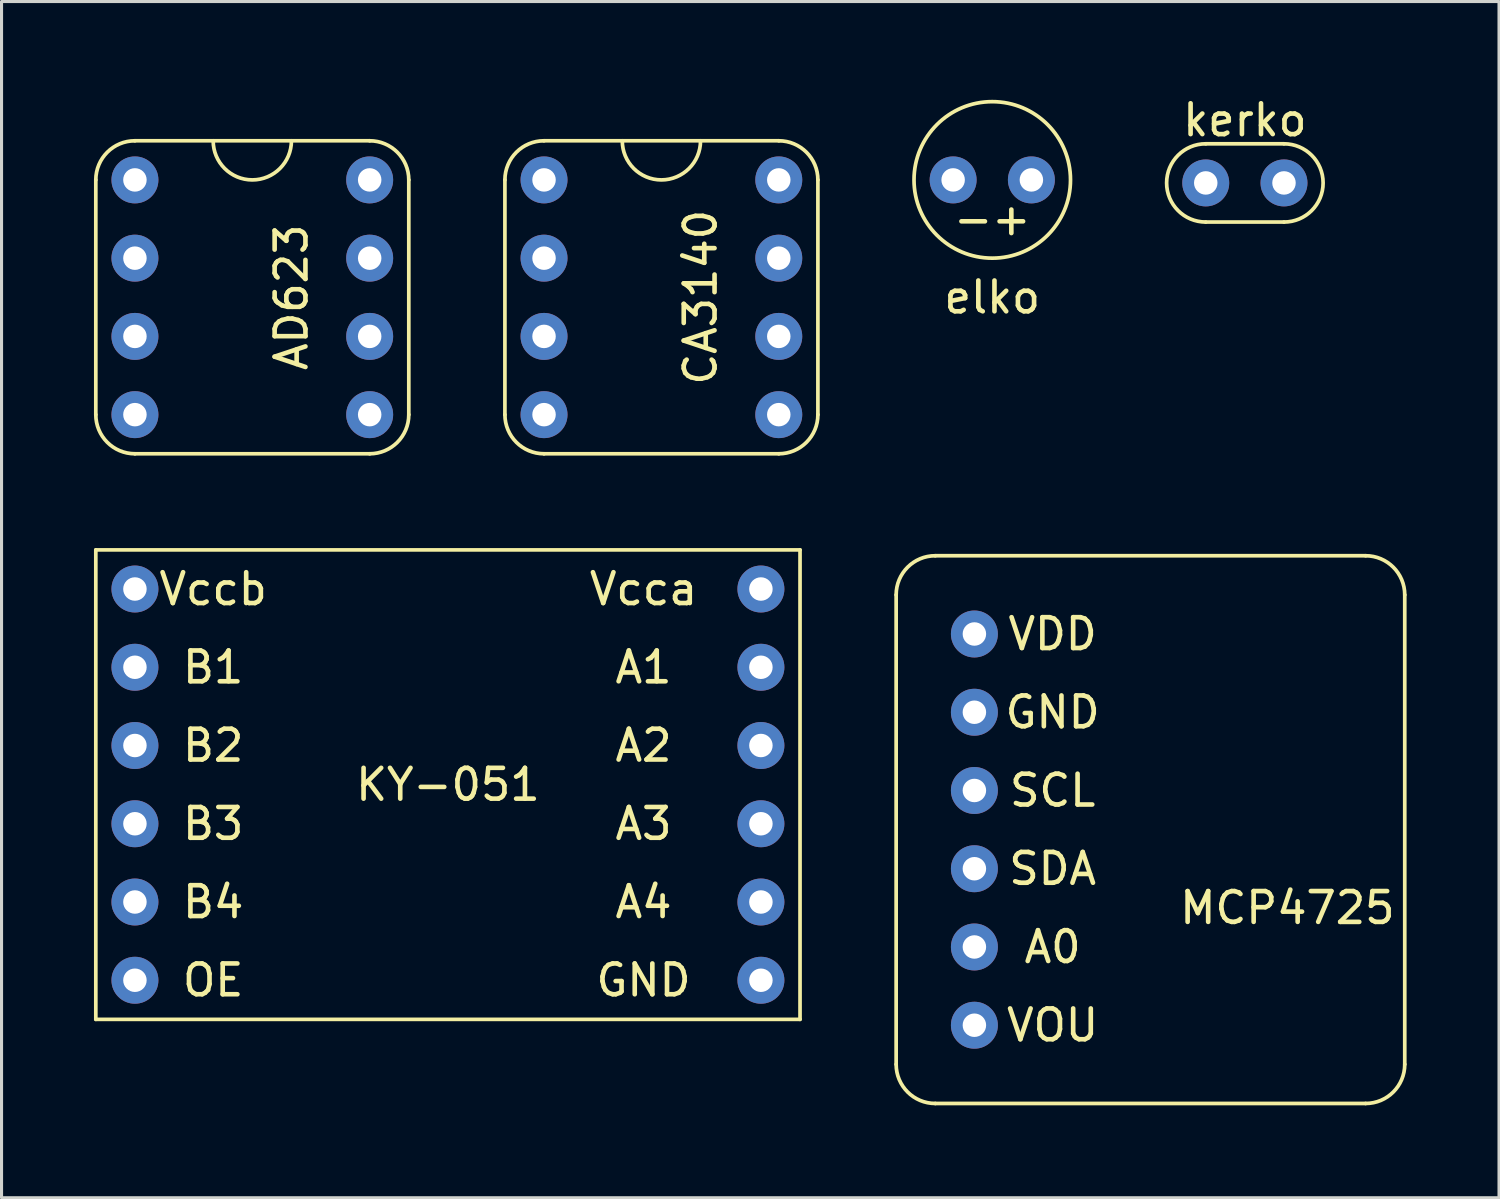
<source format=kicad_pcb>
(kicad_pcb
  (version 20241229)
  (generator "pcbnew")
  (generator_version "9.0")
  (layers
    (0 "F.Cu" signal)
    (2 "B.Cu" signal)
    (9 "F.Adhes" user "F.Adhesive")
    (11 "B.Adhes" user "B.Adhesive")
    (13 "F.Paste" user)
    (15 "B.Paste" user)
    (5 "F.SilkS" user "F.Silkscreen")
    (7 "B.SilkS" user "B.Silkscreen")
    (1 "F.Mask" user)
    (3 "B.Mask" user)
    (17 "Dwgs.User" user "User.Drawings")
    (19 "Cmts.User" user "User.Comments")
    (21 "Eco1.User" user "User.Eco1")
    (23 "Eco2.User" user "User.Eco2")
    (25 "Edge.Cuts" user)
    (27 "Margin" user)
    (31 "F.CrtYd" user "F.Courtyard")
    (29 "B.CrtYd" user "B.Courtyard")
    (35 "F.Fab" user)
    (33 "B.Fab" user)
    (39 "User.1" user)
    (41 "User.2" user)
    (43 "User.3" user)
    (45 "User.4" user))
  (footprint "CA3140"
    (layer "F.Cu")
    (at 18.42 0.25)
    (property "Reference" "CA3140" (at 1.27 6.35 270) (layer "F.SilkS") (effects (font (size 1 1) (thickness 0.15))))
    (attr through_hole)
    (fp_line (start -5.08 2.54) (end -5.08 10.16) (stroke (width 0.12) (type solid)) (layer "F.SilkS"))
    (fp_line (start -3.81 11.43) (end 3.81 11.43) (stroke (width 0.12) (type solid)) (layer "F.SilkS"))
    (fp_line (start 3.81 1.27) (end -3.81 1.27) (stroke (width 0.12) (type solid)) (layer "F.SilkS"))
    (fp_line (start 5.08 10.16) (end 5.08 2.54) (stroke (width 0.12) (type solid)) (layer "F.SilkS"))
    (fp_arc (start -5.08 2.54) (mid -4.708026 1.641974) (end -3.81 1.27) (stroke (width 0.12) (type solid)) (layer "F.SilkS"))
    (fp_arc (start -3.81 11.43) (mid -4.708026 11.058026) (end -5.08 10.16) (stroke (width 0.12) (type solid)) (layer "F.SilkS"))
    (fp_arc (start 1.27 1.27) (mid 0 2.54) (end -1.27 1.27) (stroke (width 0.12) (type solid)) (layer "F.SilkS"))
    (fp_arc (start 3.81 1.27) (mid 4.708026 1.641974) (end 5.08 2.54) (stroke (width 0.12) (type solid)) (layer "F.SilkS"))
    (fp_arc (start 5.08 10.16) (mid 4.708026 11.058026) (end 3.81 11.43) (stroke (width 0.12) (type solid)) (layer "F.SilkS"))
    (pad "1" thru_hole circle (at -3.81 2.54) (size 1.524 1.524) (drill 0.762) (layers "*.Cu" "*.Mask"))
    (pad "2" thru_hole circle (at -3.81 5.08) (size 1.524 1.524) (drill 0.762) (layers "*.Cu" "*.Mask"))
    (pad "3" thru_hole circle (at -3.81 7.62) (size 1.524 1.524) (drill 0.762) (layers "*.Cu" "*.Mask"))
    (pad "4" thru_hole circle (at -3.81 10.16) (size 1.524 1.524) (drill 0.762) (layers "*.Cu" "*.Mask"))
    (pad "5" thru_hole circle (at 3.81 10.16) (size 1.524 1.524) (drill 0.762) (layers "*.Cu" "*.Mask"))
    (pad "6" thru_hole circle (at 3.81 7.62) (size 1.524 1.524) (drill 0.762) (layers "*.Cu" "*.Mask"))
    (pad "7" thru_hole circle (at 3.81 5.08) (size 1.524 1.524) (drill 0.762) (layers "*.Cu" "*.Mask"))
    (pad "8" thru_hole circle (at 3.81 2.54) (size 1.524 1.524) (drill 0.762) (layers "*.Cu" "*.Mask")))
  (footprint "kerko"
    (layer "F.Cu")
    (at 37.36 0.348)
    (property "Reference" "kerko" (at 0 0.5 0) (layer "F.SilkS") (effects (font (size 1 1) (thickness 0.15))))
    (attr through_hole)
    (fp_line (start -1.27 3.81) (end 1.27 3.81) (stroke (width 0.12) (type solid)) (layer "F.SilkS"))
    (fp_line (start 1.27 1.27) (end -1.27 1.27) (stroke (width 0.12) (type solid)) (layer "F.SilkS"))
    (fp_arc (start -1.27 3.81) (mid -2.54 2.54) (end -1.27 1.27) (stroke (width 0.12) (type solid)) (layer "F.SilkS"))
    (fp_arc (start 1.27 1.27) (mid 2.54 2.54) (end 1.27 3.81) (stroke (width 0.12) (type solid)) (layer "F.SilkS"))
    (pad "1" thru_hole circle (at -1.27 2.54) (size 1.524 1.524) (drill 0.762) (layers "*.Cu" "*.Mask"))
    (pad "2" thru_hole circle (at 1.27 2.54) (size 1.524 1.524) (drill 0.762) (layers "*.Cu" "*.Mask")))
  (footprint "MCP4725"
    (layer "F.Cu")
    (at 32.39 14.99)
    (property "Reference" "MCP4725" (at 6.35 11.43 0) (layer "F.SilkS") (effects (font (size 1 1) (thickness 0.15))))
    (attr through_hole)
    (fp_line (start -6.35 1.27) (end -6.35 16.51) (stroke (width 0.12) (type solid)) (layer "F.SilkS"))
    (fp_line (start -5.08 0) (end 8.89 0) (stroke (width 0.12) (type solid)) (layer "F.SilkS"))
    (fp_line (start -5.08 17.78) (end 8.89 17.78) (stroke (width 0.12) (type solid)) (layer "F.SilkS"))
    (fp_line (start 10.16 1.27) (end 10.16 16.51) (stroke (width 0.12) (type solid)) (layer "F.SilkS"))
    (fp_arc (start -6.35 1.27) (mid -5.978026 0.371974) (end -5.08 0) (stroke (width 0.12) (type solid)) (layer "F.SilkS"))
    (fp_arc (start -5.08 17.78) (mid -5.978026 17.408026) (end -6.35 16.51) (stroke (width 0.12) (type solid)) (layer "F.SilkS"))
    (fp_arc (start 8.89 0) (mid 9.788026 0.371974) (end 10.16 1.27) (stroke (width 0.12) (type solid)) (layer "F.SilkS"))
    (fp_arc (start 10.16 16.51) (mid 9.788026 17.408026) (end 8.89 17.78) (stroke (width 0.12) (type solid)) (layer "F.SilkS"))
    (fp_text user "GND" (at -1.27 5.08 0) (layer "F.SilkS") (effects (font (size 1 1) (thickness 0.15))))
    (fp_text user "SCL" (at -1.27 7.62 0) (layer "F.SilkS") (effects (font (size 1 1) (thickness 0.15))))
    (fp_text user "A0" (at -1.27 12.7 0) (layer "F.SilkS") (effects (font (size 1 1) (thickness 0.15))))
    (fp_text user "SDA" (at -1.27 10.16 0) (layer "F.SilkS") (effects (font (size 1 1) (thickness 0.15))))
    (fp_text user "VOU" (at -1.27 15.24 0) (layer "F.SilkS") (effects (font (size 1 1) (thickness 0.15))))
    (fp_text user "VDD" (at -1.27 2.54 0) (layer "F.SilkS") (effects (font (size 1 1) (thickness 0.15))))
    (pad "1" thru_hole circle (at -3.81 2.54) (size 1.524 1.524) (drill 0.762) (layers "*.Cu" "*.Mask"))
    (pad "2" thru_hole circle (at -3.81 5.08) (size 1.524 1.524) (drill 0.762) (layers "*.Cu" "*.Mask"))
    (pad "3" thru_hole circle (at -3.81 7.62) (size 1.524 1.524) (drill 0.762) (layers "*.Cu" "*.Mask"))
    (pad "4" thru_hole circle (at -3.81 10.16) (size 1.524 1.524) (drill 0.762) (layers "*.Cu" "*.Mask"))
    (pad "5" thru_hole circle (at -3.81 12.7) (size 1.524 1.524) (drill 0.762) (layers "*.Cu" "*.Mask"))
    (pad "6" thru_hole circle (at -3.81 15.24) (size 1.524 1.524) (drill 0.762) (layers "*.Cu" "*.Mask")))
  (footprint "AD623"
    (layer "F.Cu")
    (at 3.87 0.25)
    (property "Reference" "AD623" (at 2.54 6.35 90) (layer "F.SilkS") (effects (font (size 1 1) (thickness 0.15))))
    (attr through_hole)
    (fp_line (start -3.81 2.54) (end -3.81 10.16) (stroke (width 0.12) (type solid)) (layer "F.SilkS"))
    (fp_line (start -2.54 11.43) (end 5.08 11.43) (stroke (width 0.12) (type solid)) (layer "F.SilkS"))
    (fp_line (start 5.08 1.27) (end -2.54 1.27) (stroke (width 0.12) (type solid)) (layer "F.SilkS"))
    (fp_line (start 6.35 10.16) (end 6.35 2.54) (stroke (width 0.12) (type solid)) (layer "F.SilkS"))
    (fp_arc (start -3.81 2.54) (mid -3.438026 1.641974) (end -2.54 1.27) (stroke (width 0.12) (type solid)) (layer "F.SilkS"))
    (fp_arc (start -2.54 11.43) (mid -3.438026 11.058026) (end -3.81 10.16) (stroke (width 0.12) (type solid)) (layer "F.SilkS"))
    (fp_arc (start 2.54 1.27) (mid 1.27 2.54) (end 0 1.27) (stroke (width 0.12) (type solid)) (layer "F.SilkS"))
    (fp_arc (start 5.08 1.27) (mid 5.978026 1.641974) (end 6.35 2.54) (stroke (width 0.12) (type solid)) (layer "F.SilkS"))
    (fp_arc (start 6.35 10.16) (mid 5.978026 11.058026) (end 5.08 11.43) (stroke (width 0.12) (type solid)) (layer "F.SilkS"))
    (pad "1" thru_hole circle (at -2.54 2.54) (size 1.524 1.524) (drill 0.762) (layers "*.Cu" "*.Mask"))
    (pad "2" thru_hole circle (at -2.54 5.08) (size 1.524 1.524) (drill 0.762) (layers "*.Cu" "*.Mask"))
    (pad "3" thru_hole circle (at -2.54 7.62) (size 1.524 1.524) (drill 0.762) (layers "*.Cu" "*.Mask"))
    (pad "4" thru_hole circle (at -2.54 10.16) (size 1.524 1.524) (drill 0.762) (layers "*.Cu" "*.Mask"))
    (pad "5" thru_hole circle (at 5.08 10.16) (size 1.524 1.524) (drill 0.762) (layers "*.Cu" "*.Mask"))
    (pad "6" thru_hole circle (at 5.08 7.62) (size 1.524 1.524) (drill 0.762) (layers "*.Cu" "*.Mask"))
    (pad "7" thru_hole circle (at 5.08 5.08) (size 1.524 1.524) (drill 0.762) (layers "*.Cu" "*.Mask"))
    (pad "8" thru_hole circle (at 5.08 2.54) (size 1.524 1.524) (drill 0.762) (layers "*.Cu" "*.Mask")))
  (footprint "KY-051"
    (layer "F.Cu")
    (at 6.41 18.61)
    (property "Reference" "KY-051" (at 5.08 3.81 0) (layer "F.SilkS") (effects (font (size 1 1) (thickness 0.15))))
    (attr through_hole)
    (fp_line (start -6.35 -3.81) (end -6.35 11.43) (stroke (width 0.12) (type solid)) (layer "F.SilkS"))
    (fp_line (start -6.35 11.43) (end 16.51 11.43) (stroke (width 0.12) (type solid)) (layer "F.SilkS"))
    (fp_line (start 16.51 -3.81) (end -6.35 -3.81) (stroke (width 0.12) (type solid)) (layer "F.SilkS"))
    (fp_line (start 16.51 11.43) (end 16.51 -3.81) (stroke (width 0.12) (type solid)) (layer "F.SilkS"))
    (fp_text user "B2" (at -2.54 2.54 0) (layer "F.SilkS") (effects (font (size 1 1) (thickness 0.15))))
    (fp_text user "A2" (at 11.43 2.54 0) (layer "F.SilkS") (effects (font (size 1 1) (thickness 0.15))))
    (fp_text user "A1" (at 11.43 0 0) (layer "F.SilkS") (effects (font (size 1 1) (thickness 0.15))))
    (fp_text user "GND" (at 11.43 10.16 0) (layer "F.SilkS") (effects (font (size 1 1) (thickness 0.15))))
    (fp_text user "Vcca" (at 11.43 -2.54 0) (layer "F.SilkS") (effects (font (size 1 1) (thickness 0.15))))
    (fp_text user "A4" (at 11.43 7.62 0) (layer "F.SilkS") (effects (font (size 1 1) (thickness 0.15))))
    (fp_text user "Vccb" (at -2.54 -2.54 0) (layer "F.SilkS") (effects (font (size 1 1) (thickness 0.15))))
    (fp_text user "B3" (at -2.54 5.08 0) (layer "F.SilkS") (effects (font (size 1 1) (thickness 0.15))))
    (fp_text user "B4" (at -2.54 7.62 0) (layer "F.SilkS") (effects (font (size 1 1) (thickness 0.15))))
    (fp_text user "A3" (at 11.43 5.08 0) (layer "F.SilkS") (effects (font (size 1 1) (thickness 0.15))))
    (fp_text user "OE" (at -2.54 10.16 0) (layer "F.SilkS") (effects (font (size 1 1) (thickness 0.15))))
    (fp_text user "B1" (at -2.54 0 0) (layer "F.SilkS") (effects (font (size 1 1) (thickness 0.15))))
    (pad "1" thru_hole circle (at -5.08 -2.54) (size 1.524 1.524) (drill 0.762) (layers "*.Cu" "*.Mask"))
    (pad "2" thru_hole circle (at -5.08 0) (size 1.524 1.524) (drill 0.762) (layers "*.Cu" "*.Mask"))
    (pad "3" thru_hole circle (at -5.08 2.54) (size 1.524 1.524) (drill 0.762) (layers "*.Cu" "*.Mask"))
    (pad "4" thru_hole circle (at -5.08 5.08) (size 1.524 1.524) (drill 0.762) (layers "*.Cu" "*.Mask"))
    (pad "5" thru_hole circle (at -5.08 7.62) (size 1.524 1.524) (drill 0.762) (layers "*.Cu" "*.Mask"))
    (pad "6" thru_hole circle (at -5.08 10.16) (size 1.524 1.524) (drill 0.762) (layers "*.Cu" "*.Mask"))
    (pad "7" thru_hole circle (at 15.24 -2.54) (size 1.524 1.524) (drill 0.762) (layers "*.Cu" "*.Mask"))
    (pad "8" thru_hole circle (at 15.24 0) (size 1.524 1.524) (drill 0.762) (layers "*.Cu" "*.Mask"))
    (pad "9" thru_hole circle (at 15.24 2.54) (size 1.524 1.524) (drill 0.762) (layers "*.Cu" "*.Mask"))
    (pad "10" thru_hole circle (at 15.24 5.08) (size 1.524 1.524) (drill 0.762) (layers "*.Cu" "*.Mask"))
    (pad "11" thru_hole circle (at 15.24 7.62) (size 1.524 1.524) (drill 0.762) (layers "*.Cu" "*.Mask"))
    (pad "12" thru_hole circle (at 15.24 10.16) (size 1.524 1.524) (drill 0.762) (layers "*.Cu" "*.Mask")))
  (footprint "elko"
    (layer "F.Cu")
    (at 29.16 0.25)
    (property "Reference" "elko" (at 0 6.35 0) (layer "F.SilkS") (effects (font (size 1 1) (thickness 0.15))))
    (attr through_hole)
    (fp_circle (center 0 2.54) (end 2.54 2.54) (stroke (width 0.12) (type solid)) (fill no) (layer "F.SilkS"))
    (fp_text user "+-" (at 0 3.81 180) (layer "F.SilkS") (effects (font (size 1 1) (thickness 0.15)) (justify mirror)))
    (pad "1" thru_hole circle (at -1.27 2.54) (size 1.524 1.524) (drill 0.762) (layers "*.Cu" "*.Mask"))
    (pad "2" thru_hole circle (at 1.27 2.54) (size 1.524 1.524) (drill 0.762) (layers "*.Cu" "*.Mask")))
  (gr_rect
    (start -3 -3)
    (end 45.61 35.83)
    (stroke (width 0.1) (type default))
    (fill no)
    (layer "Edge.Cuts")))
</source>
